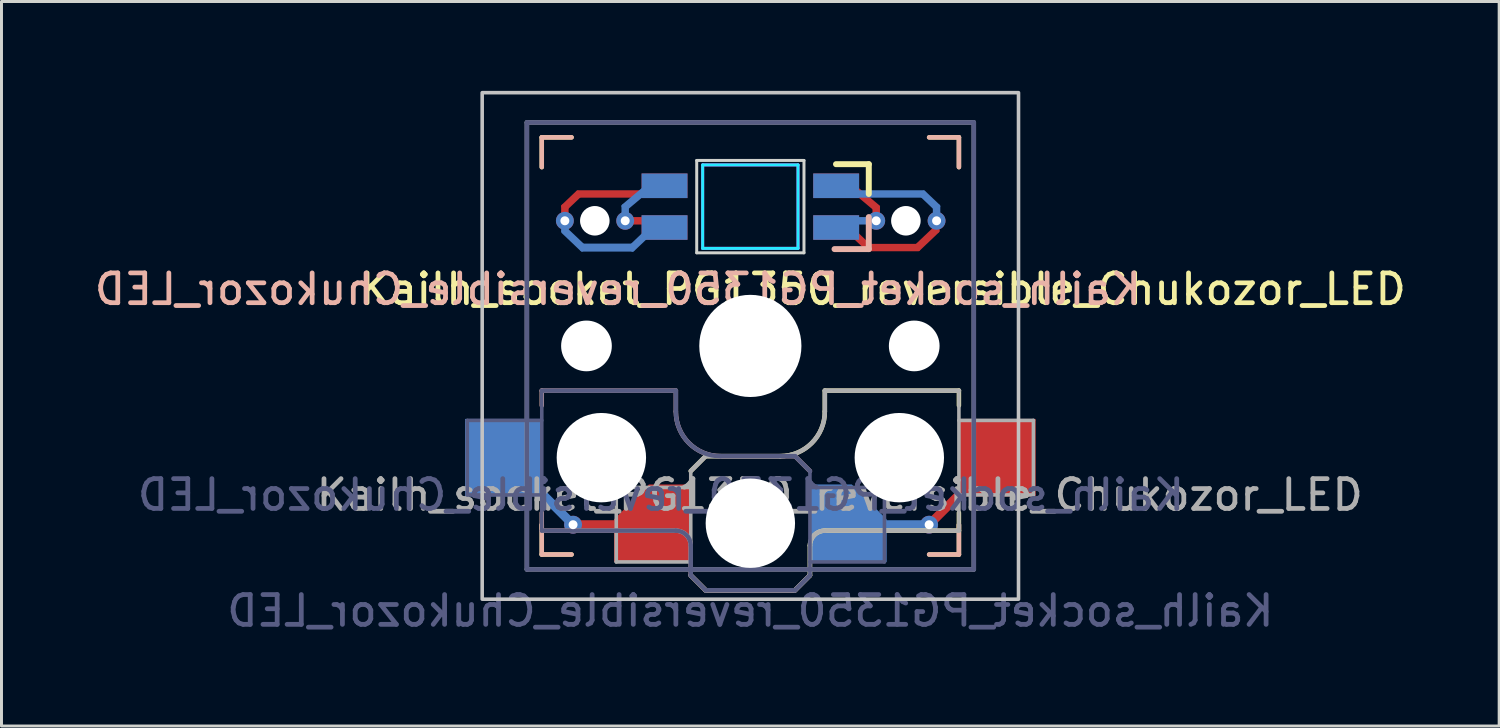
<source format=kicad_pcb>
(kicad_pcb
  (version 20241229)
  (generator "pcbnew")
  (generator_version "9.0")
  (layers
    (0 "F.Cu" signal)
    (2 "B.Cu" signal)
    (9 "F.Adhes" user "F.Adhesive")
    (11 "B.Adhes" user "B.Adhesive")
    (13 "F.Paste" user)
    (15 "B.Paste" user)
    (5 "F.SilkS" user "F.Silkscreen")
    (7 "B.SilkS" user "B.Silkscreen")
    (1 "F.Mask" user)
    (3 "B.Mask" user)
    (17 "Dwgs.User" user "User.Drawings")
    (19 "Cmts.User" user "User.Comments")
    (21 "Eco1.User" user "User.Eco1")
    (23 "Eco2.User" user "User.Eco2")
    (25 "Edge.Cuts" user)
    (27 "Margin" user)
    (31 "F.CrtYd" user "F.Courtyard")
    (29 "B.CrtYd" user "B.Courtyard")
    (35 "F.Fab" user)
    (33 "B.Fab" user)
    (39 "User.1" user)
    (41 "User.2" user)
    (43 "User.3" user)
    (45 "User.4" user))
  (footprint "Kailh_socket_PG1350_reversible_Chukozor_LED"
    (layer "F.Cu")
    (at 22.133 8.56)
    (property "Reference" "Kailh_socket_PG1350_reversible_Chukozor_LED" (at 4.445 -1.905 0) (layer "F.SilkS") (effects (font (size 1 1) (thickness 0.16))))
    (property "Value" "Kailh_socket_PG1350_reversible_Chukozor_LED" (at 0 8.89 0) (layer "F.Fab") (hide yes) (effects (font (size 1 1) (thickness 0.16))))
    (attr through_hole)
    (fp_line (start -7 -7) (end -6 -7) (stroke (width 0.15) (type solid)) (layer "F.SilkS"))
    (fp_line (start -7 -6) (end -7 -7) (stroke (width 0.15) (type solid)) (layer "F.SilkS"))
    (fp_line (start -7 7) (end -7 6) (stroke (width 0.15) (type solid)) (layer "F.SilkS"))
    (fp_line (start -6 7) (end -7 7) (stroke (width 0.15) (type solid)) (layer "F.SilkS"))
    (fp_line (start -2 4.2) (end -1.5 3.7) (stroke (width 0.15) (type solid)) (layer "F.SilkS"))
    (fp_line (start -2 7.7) (end -1.5 8.2) (stroke (width 0.15) (type solid)) (layer "F.SilkS"))
    (fp_line (start -1.5 3.7) (end 1 3.7) (stroke (width 0.15) (type solid)) (layer "F.SilkS"))
    (fp_line (start -1.5 8.2) (end 1.5 8.2) (stroke (width 0.15) (type solid)) (layer "F.SilkS"))
    (fp_line (start 1.5 8.2) (end 2 7.7) (stroke (width 0.15) (type solid)) (layer "F.SilkS"))
    (fp_line (start 2 6.7) (end 2 7.7) (stroke (width 0.15) (type solid)) (layer "F.SilkS"))
    (fp_line (start 2.5 1.5) (end 7 1.5) (stroke (width 0.15) (type solid)) (layer "F.SilkS"))
    (fp_line (start 2.5 2.2) (end 2.5 1.5) (stroke (width 0.15) (type solid)) (layer "F.SilkS"))
    (fp_line (start 2.875 -6.1) (end 3.975 -6.1) (stroke (width 0.2) (type solid)) (layer "F.SilkS"))
    (fp_line (start 3.975 -5.1) (end 3.975 -6.1) (stroke (width 0.2) (type solid)) (layer "F.SilkS"))
    (fp_line (start 6 -7) (end 7 -7) (stroke (width 0.15) (type solid)) (layer "F.SilkS"))
    (fp_line (start 7 -7) (end 7 -6) (stroke (width 0.15) (type solid)) (layer "F.SilkS"))
    (fp_line (start 7 1.5) (end 7 2) (stroke (width 0.15) (type solid)) (layer "F.SilkS"))
    (fp_line (start 7 5.6) (end 7 6.2) (stroke (width 0.15) (type solid)) (layer "F.SilkS"))
    (fp_line (start 7 6) (end 7 7) (stroke (width 0.15) (type solid)) (layer "F.SilkS"))
    (fp_line (start 7 6.2) (end 2.5 6.2) (stroke (width 0.15) (type solid)) (layer "F.SilkS"))
    (fp_line (start 7 7) (end 6 7) (stroke (width 0.15) (type solid)) (layer "F.SilkS"))
    (fp_arc (start 2 6.7) (mid 2.146447 6.346447) (end 2.5 6.2) (stroke (width 0.15) (type solid)) (layer "F.SilkS"))
    (fp_arc (start 2.5 2.2) (mid 2.06066 3.26066) (end 1 3.7) (stroke (width 0.15) (type solid)) (layer "F.SilkS"))
    (fp_line (start -7 -7) (end -6 -7) (stroke (width 0.15) (type solid)) (layer "B.SilkS"))
    (fp_line (start -7 -6) (end -7 -7) (stroke (width 0.15) (type solid)) (layer "B.SilkS"))
    (fp_line (start -7 1.5) (end -7 2) (stroke (width 0.15) (type solid)) (layer "B.SilkS"))
    (fp_line (start -7 5.6) (end -7 6.2) (stroke (width 0.15) (type solid)) (layer "B.SilkS"))
    (fp_line (start -7 6.2) (end -2.5 6.2) (stroke (width 0.15) (type solid)) (layer "B.SilkS"))
    (fp_line (start -7 7) (end -7 6) (stroke (width 0.15) (type solid)) (layer "B.SilkS"))
    (fp_line (start -6 7) (end -7 7) (stroke (width 0.15) (type solid)) (layer "B.SilkS"))
    (fp_line (start -2.5 1.5) (end -7 1.5) (stroke (width 0.15) (type solid)) (layer "B.SilkS"))
    (fp_line (start -2.5 2.2) (end -2.5 1.5) (stroke (width 0.15) (type solid)) (layer "B.SilkS"))
    (fp_line (start -2 6.7) (end -2 7.7) (stroke (width 0.15) (type solid)) (layer "B.SilkS"))
    (fp_line (start -1.5 8.2) (end -2 7.7) (stroke (width 0.15) (type solid)) (layer "B.SilkS"))
    (fp_line (start 1.5 3.7) (end -1 3.7) (stroke (width 0.15) (type solid)) (layer "B.SilkS"))
    (fp_line (start 1.5 8.2) (end -1.5 8.2) (stroke (width 0.15) (type solid)) (layer "B.SilkS"))
    (fp_line (start 2 4.2) (end 1.5 3.7) (stroke (width 0.15) (type solid)) (layer "B.SilkS"))
    (fp_line (start 2 7.7) (end 1.5 8.2) (stroke (width 0.15) (type solid)) (layer "B.SilkS"))
    (fp_line (start 2.825 -3.25) (end 3.975 -3.25) (stroke (width 0.2) (type solid)) (layer "B.SilkS"))
    (fp_line (start 3.975 -3.25) (end 3.975 -4.325) (stroke (width 0.2) (type solid)) (layer "B.SilkS"))
    (fp_line (start 6 -7) (end 7 -7) (stroke (width 0.15) (type solid)) (layer "B.SilkS"))
    (fp_line (start 7 -7) (end 7 -6) (stroke (width 0.15) (type solid)) (layer "B.SilkS"))
    (fp_line (start 7 6) (end 7 7) (stroke (width 0.15) (type solid)) (layer "B.SilkS"))
    (fp_line (start 7 7) (end 6 7) (stroke (width 0.15) (type solid)) (layer "B.SilkS"))
    (fp_arc (start -2.5 6.2) (mid -2.146447 6.346447) (end -2 6.7) (stroke (width 0.15) (type solid)) (layer "B.SilkS"))
    (fp_arc (start -1 3.7) (mid -2.06066 3.26066) (end -2.5 2.2) (stroke (width 0.15) (type solid)) (layer "B.SilkS"))
    (fp_rect (start -9 -8.5) (end 9 8.5) (stroke (width 0.12) (type solid)) (fill no) (layer "Dwgs.User"))
    (fp_line (start -6.9 6.9) (end -6.9 -6.9) (stroke (width 0.15) (type solid)) (layer "Eco2.User"))
    (fp_line (start -6.9 6.9) (end 6.9 6.9) (stroke (width 0.15) (type solid)) (layer "Eco2.User"))
    (fp_line (start -2.6 -6.275) (end -2.6 -3.075) (stroke (width 0.15) (type solid)) (layer "Eco2.User"))
    (fp_line (start -2.6 -3.075) (end 2.6 -3.075) (stroke (width 0.15) (type solid)) (layer "Eco2.User"))
    (fp_line (start 2.6 -6.275) (end -2.6 -6.275) (stroke (width 0.15) (type solid)) (layer "Eco2.User"))
    (fp_line (start 2.6 -6.275) (end 2.6 -3.075) (stroke (width 0.15) (type solid)) (layer "Eco2.User"))
    (fp_line (start 6.9 -6.9) (end -6.9 -6.9) (stroke (width 0.15) (type solid)) (layer "Eco2.User"))
    (fp_line (start 6.9 -6.9) (end 6.9 6.9) (stroke (width 0.15) (type solid)) (layer "Eco2.User"))
    (fp_line (start -1.8 -6.225) (end -1.8 -3.125) (stroke (width 0.1) (type solid)) (layer "Edge.Cuts"))
    (fp_line (start -1.8 -3.125) (end 1.8 -3.125) (stroke (width 0.1) (type solid)) (layer "Edge.Cuts"))
    (fp_line (start 1.8 -6.225) (end -1.8 -6.225) (stroke (width 0.1) (type solid)) (layer "Edge.Cuts"))
    (fp_line (start 1.8 -3.125) (end 1.8 -6.225) (stroke (width 0.1) (type solid)) (layer "Edge.Cuts"))
    (fp_line (start -1.6 -6.075) (end -1.6 -3.275) (stroke (width 0.1) (type solid)) (layer "B.CrtYd"))
    (fp_line (start 1.6 -6.075) (end -1.6 -6.075) (stroke (width 0.1) (type solid)) (layer "B.CrtYd"))
    (fp_line (start 1.6 -6.075) (end 1.6 -3.275) (stroke (width 0.1) (type solid)) (layer "B.CrtYd"))
    (fp_line (start 1.6 -3.275) (end -1.6 -3.275) (stroke (width 0.1) (type solid)) (layer "B.CrtYd"))
    (fp_line (start -1.6 -3.275) (end -1.6 -6.075) (stroke (width 0.1) (type solid)) (layer "F.CrtYd"))
    (fp_line (start 1.6 -6.075) (end -1.6 -6.075) (stroke (width 0.1) (type solid)) (layer "F.CrtYd"))
    (fp_line (start 1.6 -3.275) (end -1.6 -3.275) (stroke (width 0.1) (type solid)) (layer "F.CrtYd"))
    (fp_line (start 1.6 -3.275) (end 1.6 -6.075) (stroke (width 0.1) (type solid)) (layer "F.CrtYd"))
    (fp_line (start -9.5 2.5) (end -7 2.5) (stroke (width 0.12) (type solid)) (layer "B.Fab"))
    (fp_line (start -9.5 5) (end -9.5 2.5) (stroke (width 0.12) (type solid)) (layer "B.Fab"))
    (fp_line (start -7.5 -7.5) (end 7.5 -7.5) (stroke (width 0.15) (type solid)) (layer "B.Fab"))
    (fp_line (start -7.5 7.5) (end -7.5 -7.5) (stroke (width 0.15) (type solid)) (layer "B.Fab"))
    (fp_line (start -7 1.5) (end -7 6.2) (stroke (width 0.12) (type solid)) (layer "B.Fab"))
    (fp_line (start -7 5) (end -9.5 5) (stroke (width 0.12) (type solid)) (layer "B.Fab"))
    (fp_line (start -7 6.2) (end -2.5 6.2) (stroke (width 0.15) (type solid)) (layer "B.Fab"))
    (fp_line (start -2.5 1.5) (end -7 1.5) (stroke (width 0.15) (type solid)) (layer "B.Fab"))
    (fp_line (start -2.5 2.2) (end -2.5 1.5) (stroke (width 0.15) (type solid)) (layer "B.Fab"))
    (fp_line (start -2 6.7) (end -2 7.7) (stroke (width 0.15) (type solid)) (layer "B.Fab"))
    (fp_line (start -1.5 8.2) (end -2 7.7) (stroke (width 0.15) (type solid)) (layer "B.Fab"))
    (fp_line (start 1.5 3.7) (end -1 3.7) (stroke (width 0.15) (type solid)) (layer "B.Fab"))
    (fp_line (start 1.5 8.2) (end -1.5 8.2) (stroke (width 0.15) (type solid)) (layer "B.Fab"))
    (fp_line (start 2 4.2) (end 1.5 3.7) (stroke (width 0.15) (type solid)) (layer "B.Fab"))
    (fp_line (start 2 4.25) (end 2 7.7) (stroke (width 0.12) (type solid)) (layer "B.Fab"))
    (fp_line (start 2 4.75) (end 4.5 4.75) (stroke (width 0.12) (type solid)) (layer "B.Fab"))
    (fp_line (start 2 7.7) (end 1.5 8.2) (stroke (width 0.15) (type solid)) (layer "B.Fab"))
    (fp_line (start 4.5 4.75) (end 4.5 7.25) (stroke (width 0.12) (type solid)) (layer "B.Fab"))
    (fp_line (start 4.5 7.25) (end 2 7.25) (stroke (width 0.12) (type solid)) (layer "B.Fab"))
    (fp_line (start 7.5 -7.5) (end 7.5 7.5) (stroke (width 0.15) (type solid)) (layer "B.Fab"))
    (fp_line (start 7.5 7.5) (end -7.5 7.5) (stroke (width 0.15) (type solid)) (layer "B.Fab"))
    (fp_arc (start -2.5 6.2) (mid -2.146447 6.346447) (end -2 6.7) (stroke (width 0.15) (type solid)) (layer "B.Fab"))
    (fp_arc (start -1 3.7) (mid -2.06066 3.26066) (end -2.5 2.2) (stroke (width 0.15) (type solid)) (layer "B.Fab"))
    (fp_line (start -7.5 -7.5) (end 7.5 -7.5) (stroke (width 0.15) (type solid)) (layer "F.Fab"))
    (fp_line (start -7.5 7.5) (end -7.5 -7.5) (stroke (width 0.15) (type solid)) (layer "F.Fab"))
    (fp_line (start -4.5 4.75) (end -4.5 7.25) (stroke (width 0.12) (type solid)) (layer "F.Fab"))
    (fp_line (start -4.5 7.25) (end -2 7.25) (stroke (width 0.12) (type solid)) (layer "F.Fab"))
    (fp_line (start -2 4.2) (end -1.5 3.7) (stroke (width 0.15) (type solid)) (layer "F.Fab"))
    (fp_line (start -2 4.25) (end -2 7.7) (stroke (width 0.12) (type solid)) (layer "F.Fab"))
    (fp_line (start -2 4.75) (end -4.5 4.75) (stroke (width 0.12) (type solid)) (layer "F.Fab"))
    (fp_line (start -2 7.7) (end -1.5 8.2) (stroke (width 0.15) (type solid)) (layer "F.Fab"))
    (fp_line (start -1.5 3.7) (end 1 3.7) (stroke (width 0.15) (type solid)) (layer "F.Fab"))
    (fp_line (start -1.5 8.2) (end 1.5 8.2) (stroke (width 0.15) (type solid)) (layer "F.Fab"))
    (fp_line (start 1.5 8.2) (end 2 7.7) (stroke (width 0.15) (type solid)) (layer "F.Fab"))
    (fp_line (start 2 6.7) (end 2 7.7) (stroke (width 0.15) (type solid)) (layer "F.Fab"))
    (fp_line (start 2.5 1.5) (end 7 1.5) (stroke (width 0.15) (type solid)) (layer "F.Fab"))
    (fp_line (start 2.5 2.2) (end 2.5 1.5) (stroke (width 0.15) (type solid)) (layer "F.Fab"))
    (fp_line (start 7 1.5) (end 7 6.2) (stroke (width 0.12) (type solid)) (layer "F.Fab"))
    (fp_line (start 7 5) (end 9.5 5) (stroke (width 0.12) (type solid)) (layer "F.Fab"))
    (fp_line (start 7 6.2) (end 2.5 6.2) (stroke (width 0.15) (type solid)) (layer "F.Fab"))
    (fp_line (start 7.5 -7.5) (end 7.5 7.5) (stroke (width 0.15) (type solid)) (layer "F.Fab"))
    (fp_line (start 7.5 7.5) (end -7.5 7.5) (stroke (width 0.15) (type solid)) (layer "F.Fab"))
    (fp_line (start 9.5 2.5) (end 7 2.5) (stroke (width 0.12) (type solid)) (layer "F.Fab"))
    (fp_line (start 9.5 5) (end 9.5 2.5) (stroke (width 0.12) (type solid)) (layer "F.Fab"))
    (fp_arc (start 2 6.7) (mid 2.146447 6.346447) (end 2.5 6.2) (stroke (width 0.15) (type solid)) (layer "F.Fab"))
    (fp_arc (start 2.5 2.2) (mid 2.06066 3.26066) (end 1 3.7) (stroke (width 0.15) (type solid)) (layer "F.Fab"))
    (fp_text user "${REFERENCE}" (at -4.445 -1.905 0) (layer "B.SilkS") (effects (font (size 1 1) (thickness 0.16)) (justify mirror)))
    (fp_text user "${VALUE}" (at 0 8.89 0) (layer "B.Fab") (effects (font (size 1 1) (thickness 0.16)) (justify mirror)))
    (fp_text user "${REFERENCE}" (at -3 5 0) (layer "B.Fab") (effects (font (size 1 1) (thickness 0.16)) (justify mirror)))
    (fp_text user "${REFERENCE}" (at 3 5 180) (layer "F.Fab") (effects (font (size 1 1) (thickness 0.16))))
    (pad "" np_thru_hole circle (at -5.5 0) (size 1.702 1.702) (drill 1.702) (layers "*.Cu" "*.Mask"))
    (pad "" np_thru_hole circle (at -5.22 -4.2) (size 0.991 0.991) (drill 0.991) (layers "*.Cu" "*.Mask"))
    (pad "" np_thru_hole circle (at -5 3.75) (size 3 3) (drill 3) (layers "*.Cu" "*.Mask"))
    (pad "" np_thru_hole circle (at 0 0) (size 3.429 3.429) (drill 3.429) (layers "*.Cu" "*.Mask"))
    (pad "" np_thru_hole circle (at 0 5.95) (size 3 3) (drill 3) (layers "*.Cu" "*.Mask"))
    (pad "" np_thru_hole circle (at 5 3.75) (size 3 3) (drill 3) (layers "*.Cu" "*.Mask"))
    (pad "" np_thru_hole circle (at 5.22 -4.2) (size 0.991 0.991) (drill 0.991) (layers "*.Cu" "*.Mask"))
    (pad "" np_thru_hole circle (at 5.5 0) (size 1.702 1.702) (drill 1.702) (layers "*.Cu" "*.Mask"))
    (pad "1" smd rect (at -8.275 3.75) (size 2.6 2.6) (layers "B.Cu" "B.Mask" "B.Paste"))
    (pad "1" smd rect (at -6.7 5.25 315) (size 1.75 0.3) (layers "B.Cu"))
    (pad "1" thru_hole circle (at -5.95 6) (size 0.6 0.6) (drill 0.3) (layers "*.Cu"))
    (pad "1" smd rect (at -5.075 6) (size 1.45 0.3) (layers "F.Cu"))
    (pad "1" smd roundrect (at -3.275 5.95) (size 2.6 2.6) (layers "F.Cu" "F.Mask" "F.Paste") (roundrect_rratio 0) (chamfer_ratio 0.45) (chamfer top_left))
    (pad "2" smd roundrect (at 3.275 5.95) (size 2.6 2.6) (layers "B.Cu" "B.Mask" "B.Paste") (roundrect_rratio 0) (chamfer_ratio 0.45) (chamfer top_right))
    (pad "2" smd rect (at 5.125 6) (size 1.45 0.3) (layers "B.Cu"))
    (pad "2" thru_hole circle (at 6 6) (size 0.6 0.6) (drill 0.3) (layers "*.Cu"))
    (pad "2" smd rect (at 6.75 5.25 45) (size 1.75 0.3) (layers "F.Cu"))
    (pad "2" smd rect (at 8.275 3.75) (size 2.6 2.6) (layers "F.Cu" "F.Mask" "F.Paste"))
    (pad "3" smd roundrect (at -4.2 -4.55 270) (size 0.4 0.25) (layers "B.Cu") (roundrect_rratio 0.25))
    (pad "3" thru_hole circle (at -4.2 -4.2 180) (size 0.6 0.6) (drill 0.3) (property pad_prop_fiducial_loc) (layers "*.Cu"))
    (pad "3" smd roundrect (at -3.775 -5.025 220) (size 1.3 0.25) (layers "B.Cu") (roundrect_rratio 0.25))
    (pad "3" smd roundrect (at -3.75 -4.2) (size 0.95 0.25) (layers "F.Cu") (roundrect_rratio 0.25))
    (pad "3" smd rect (at -2.88 -5.375 180) (size 1.54 0.825) (layers "B.Cu" "B.Mask" "B.Paste"))
    (pad "3" smd rect (at -2.88 -3.974) (size 1.54 0.823) (layers "F.Cu" "F.Mask" "F.Paste"))
    (pad "4" smd roundrect (at -6.225 -4.475 270) (size 0.551 0.25) (layers "F.Cu") (roundrect_rratio 0.25))
    (pad "4" thru_hole circle (at -6.225 -4.2 180) (size 0.6 0.6) (drill 0.3) (property pad_prop_fiducial_loc) (layers "*.Cu"))
    (pad "4" smd roundrect (at -6.225 -3.95 270) (size 0.3 0.25) (layers "B.Cu") (roundrect_rratio 0.25))
    (pad "4" smd roundrect (at -6 -4.876 223.531) (size 0.8 0.25) (layers "F.Cu") (roundrect_rratio 0.25))
    (pad "4" smd roundrect (at -5.925 -3.575 316.469) (size 1 0.25) (layers "B.Cu") (roundrect_rratio 0.25))
    (pad "4" smd roundrect (at -4.8 -3.3 180) (size 1.821 0.267) (layers "B.Cu") (roundrect_rratio 0.25))
    (pad "4" smd roundrect (at -4.45 -5.1) (size 2.795 0.25) (layers "F.Cu") (roundrect_rratio 0.25))
    (pad "4" smd roundrect (at -3.75 -3.5 223.531) (size 0.8 0.25) (layers "B.Cu") (roundrect_rratio 0.25))
    (pad "4" smd rect (at -2.88 -5.375) (size 1.54 0.825) (layers "F.Cu" "F.Mask" "F.Paste"))
    (pad "4" smd rect (at -2.88 -3.974 180) (size 1.54 0.823) (layers "B.Cu" "B.Mask" "B.Paste"))
    (pad "5" smd rect (at 2.88 -5.375 180) (size 1.54 0.825) (layers "F.Cu" "F.Mask" "F.Paste"))
    (pad "5" smd rect (at 2.88 -3.974) (size 1.54 0.823) (layers "B.Cu" "B.Mask" "B.Paste"))
    (pad "5" smd roundrect (at 3.775 -4.2) (size 0.95 0.25) (layers "B.Cu") (roundrect_rratio 0.25))
    (pad "5" smd roundrect (at 3.8 -5 140) (size 1.3 0.25) (layers "F.Cu") (roundrect_rratio 0.25))
    (pad "5" smd roundrect (at 4.225 -4.525 90) (size 0.4 0.25) (layers "F.Cu") (roundrect_rratio 0.25))
    (pad "5" thru_hole circle (at 4.225 -4.2 180) (size 0.6 0.6) (drill 0.3) (property pad_prop_fiducial_loc) (layers "*.Cu"))
    (pad "6" smd rect (at 2.88 -5.375) (size 1.54 0.825) (layers "B.Cu" "B.Mask" "B.Paste"))
    (pad "6" smd rect (at 2.88 -3.974 180) (size 1.54 0.823) (layers "F.Cu" "F.Mask" "F.Paste"))
    (pad "6" smd roundrect (at 3.725 -3.526 136.469) (size 0.8 0.25) (layers "F.Cu") (roundrect_rratio 0.25))
    (pad "6" smd roundrect (at 4.475 -5.1 180) (size 2.795 0.25) (layers "B.Cu") (roundrect_rratio 0.25))
    (pad "6" smd roundrect (at 4.787 -3.301 180) (size 1.825 0.25) (layers "F.Cu") (roundrect_rratio 0.25))
    (pad "6" smd roundrect (at 5.925 -3.6 43.531) (size 1 0.25) (layers "F.Cu") (roundrect_rratio 0.25))
    (pad "6" smd roundrect (at 6.025 -4.876 136.469) (size 0.8 0.25) (layers "B.Cu") (roundrect_rratio 0.25))
    (pad "6" smd roundrect (at 6.225 -3.938 90) (size 0.275 0.25) (layers "F.Cu") (roundrect_rratio 0.25))
    (pad "6" smd roundrect (at 6.25 -4.475 90) (size 0.551 0.25) (layers "B.Cu") (roundrect_rratio 0.25))
    (pad "6" thru_hole circle (at 6.25 -4.2 180) (size 0.6 0.6) (drill 0.3) (property pad_prop_fiducial_loc) (layers "*.Cu")))
  (gr_rect
    (start -3 -3)
    (end 47.265 21.316)
    (stroke (width 0.1) (type default))
    (fill no)
    (layer "Edge.Cuts")))
</source>
